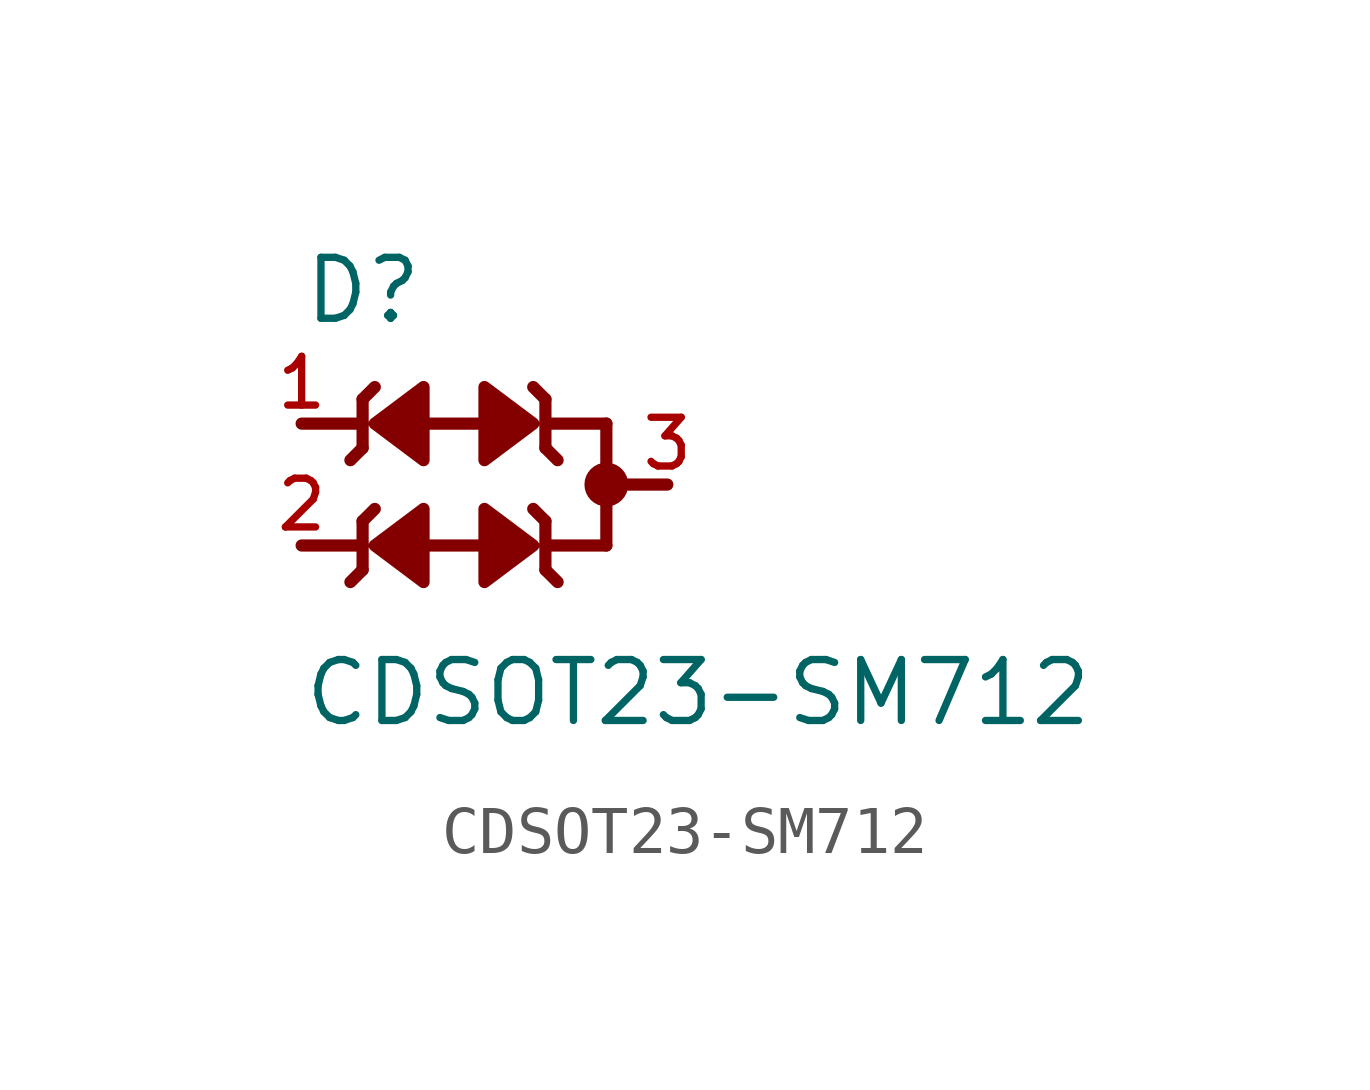
<source format=kicad_sym>
(kicad_symbol_lib
  (version 20211014)
  (generator kicad_symbol_editor)
  (symbol "CDSOT23-SM712"
    (pin_names
      (offset 1.016))
    (property "Reference" "D"
      (at -2.54 3.302 0)
      (effects (font (size 1.27 1.27)) (justify bottom left)))
    (property "Value" "CDSOT23-SM712"
      (at -2.54 -5.08 0)
      (effects (font (size 1.27 1.27)) (justify bottom left)))
    (symbol "CDSOT23-SM712_0_0"
      (polyline (pts (xy 1.27 2.032) (xy 1.27 0.508) (xy 2.286 1.27) (xy 1.27 2.032)) (stroke (width 0.254)) (fill (type outline)))
      (polyline (pts (xy 2.286 2.032) (xy 2.54 1.778)) (stroke (width 0.254)))
      (polyline (pts (xy 2.54 1.778) (xy 2.54 1.27)) (stroke (width 0.254)))
      (polyline (pts (xy 2.54 1.27) (xy 2.54 0.762)) (stroke (width 0.254)))
      (polyline (pts (xy 2.54 0.762) (xy 2.794 0.508)) (stroke (width 0.254)))
      (polyline (pts (xy 0.0 2.032) (xy 0.0 0.508) (xy -1.016 1.27) (xy 0.0 2.032)) (stroke (width 0.254)) (fill (type outline)))
      (polyline (pts (xy -1.016 2.032) (xy -1.27 1.778)) (stroke (width 0.254)))
      (polyline (pts (xy -1.27 1.778) (xy -1.27 1.27)) (stroke (width 0.254)))
      (polyline (pts (xy -1.27 1.27) (xy -1.27 0.762)) (stroke (width 0.254)))
      (polyline (pts (xy -1.27 0.762) (xy -1.524 0.508)) (stroke (width 0.254)))
      (polyline (pts (xy 0.0 1.27) (xy 1.27 1.27)) (stroke (width 0.254)))
      (polyline (pts (xy -1.27 1.27) (xy -2.54 1.27)) (stroke (width 0.254)))
      (polyline (pts (xy 2.54 1.27) (xy 3.81 1.27)) (stroke (width 0.254)))
      (polyline (pts (xy 1.27 -0.508) (xy 1.27 -2.032) (xy 2.286 -1.27) (xy 1.27 -0.508)) (stroke (width 0.254)) (fill (type outline)))
      (polyline (pts (xy 2.286 -0.508) (xy 2.54 -0.762)) (stroke (width 0.254)))
      (polyline (pts (xy 2.54 -0.762) (xy 2.54 -1.27)) (stroke (width 0.254)))
      (polyline (pts (xy 2.54 -1.27) (xy 2.54 -1.778)) (stroke (width 0.254)))
      (polyline (pts (xy 2.54 -1.778) (xy 2.794 -2.032)) (stroke (width 0.254)))
      (polyline (pts (xy 0.0 -0.508) (xy 0.0 -2.032) (xy -1.016 -1.27) (xy 0.0 -0.508)) (stroke (width 0.254)) (fill (type outline)))
      (polyline (pts (xy -1.016 -0.508) (xy -1.27 -0.762)) (stroke (width 0.254)))
      (polyline (pts (xy -1.27 -0.762) (xy -1.27 -1.27)) (stroke (width 0.254)))
      (polyline (pts (xy -1.27 -1.27) (xy -1.27 -1.778)) (stroke (width 0.254)))
      (polyline (pts (xy -1.27 -1.778) (xy -1.524 -2.032)) (stroke (width 0.254)))
      (polyline (pts (xy 0.0 -1.27) (xy 1.27 -1.27)) (stroke (width 0.254)))
      (polyline (pts (xy -1.27 -1.27) (xy -2.54 -1.27)) (stroke (width 0.254)))
      (polyline (pts (xy 2.54 -1.27) (xy 3.81 -1.27)) (stroke (width 0.254)))
      (polyline (pts (xy 3.81 1.27) (xy 3.81 0.0)) (stroke (width 0.254)))
      (polyline (pts (xy 3.81 0.0) (xy 3.81 -1.27)) (stroke (width 0.254)))
      (polyline (pts (xy 3.81 0.0) (xy 5.08 0.0)) (stroke (width 0.254)))
      (circle (center 3.81 0.0) (radius 0.254) (stroke (width 0.406)) (fill (type none)))
      (pin passive line (at -2.54 1.27 0) (length 0) (name "~" (effects (font (size 1.016 1.016)))) (number "1" (effects (font (size 1.016 1.016)))))
      (pin passive line (at -2.54 -1.27 0) (length 0) (name "~" (effects (font (size 1.016 1.016)))) (number "2" (effects (font (size 1.016 1.016)))))
      (pin passive line (at 5.08 0.0 0) (length 0) (name "~" (effects (font (size 1.016 1.016)))) (number "3" (effects (font (size 1.016 1.016))))))))
</source>
